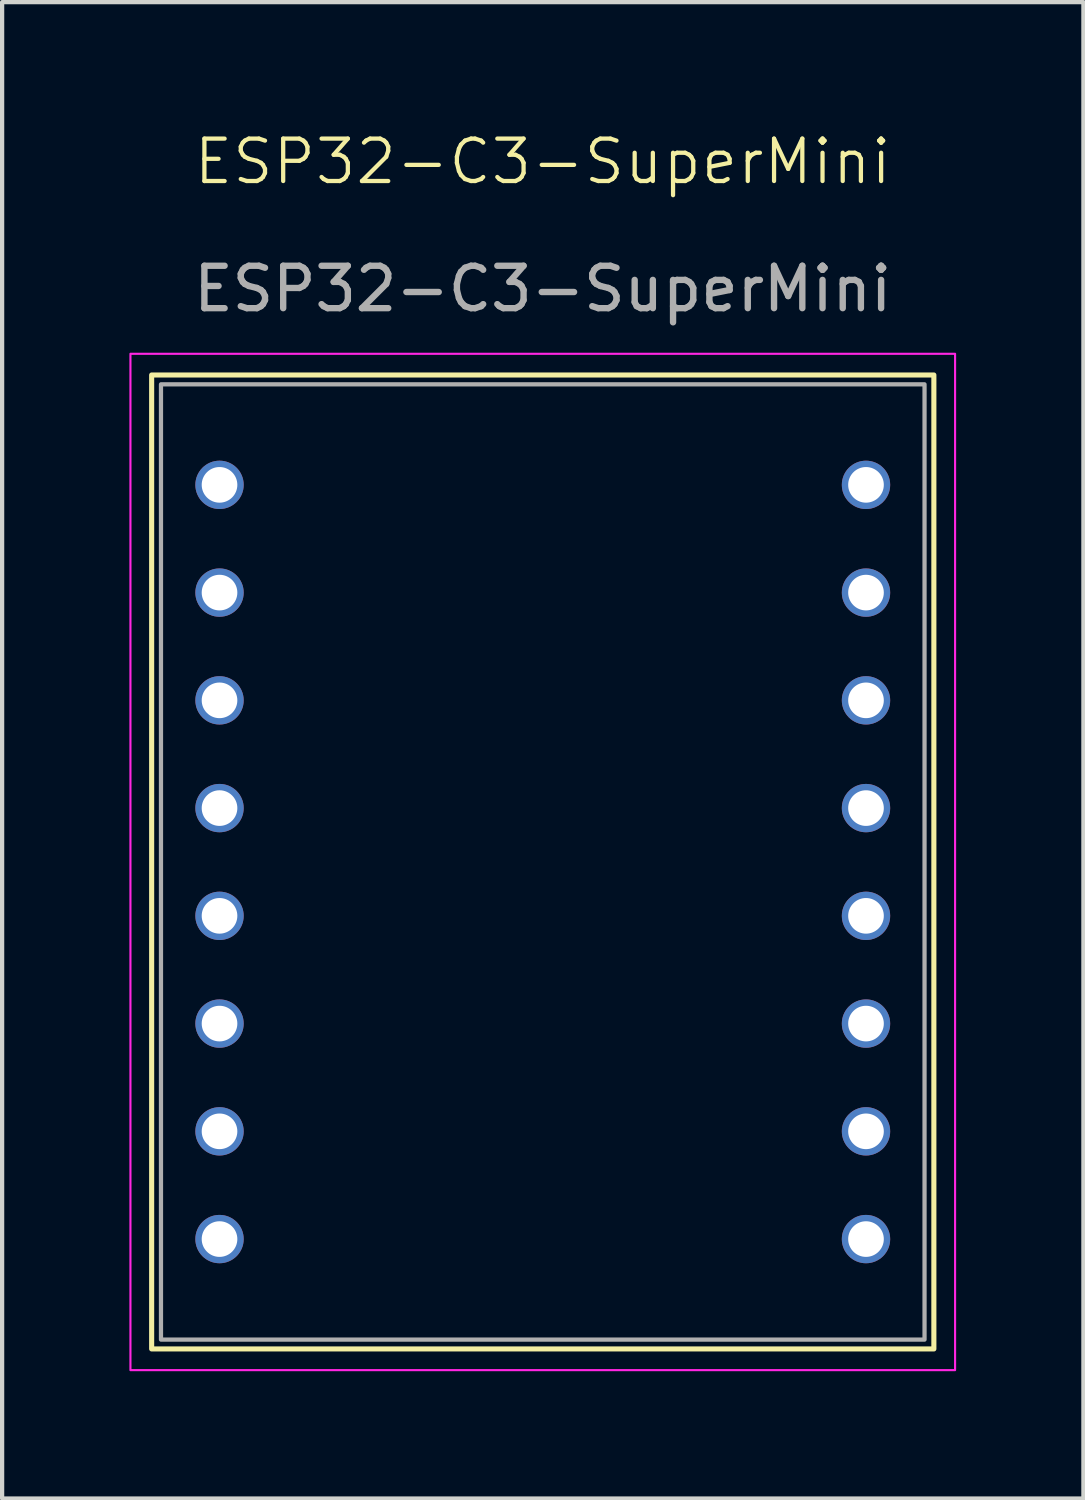
<source format=kicad_pcb>
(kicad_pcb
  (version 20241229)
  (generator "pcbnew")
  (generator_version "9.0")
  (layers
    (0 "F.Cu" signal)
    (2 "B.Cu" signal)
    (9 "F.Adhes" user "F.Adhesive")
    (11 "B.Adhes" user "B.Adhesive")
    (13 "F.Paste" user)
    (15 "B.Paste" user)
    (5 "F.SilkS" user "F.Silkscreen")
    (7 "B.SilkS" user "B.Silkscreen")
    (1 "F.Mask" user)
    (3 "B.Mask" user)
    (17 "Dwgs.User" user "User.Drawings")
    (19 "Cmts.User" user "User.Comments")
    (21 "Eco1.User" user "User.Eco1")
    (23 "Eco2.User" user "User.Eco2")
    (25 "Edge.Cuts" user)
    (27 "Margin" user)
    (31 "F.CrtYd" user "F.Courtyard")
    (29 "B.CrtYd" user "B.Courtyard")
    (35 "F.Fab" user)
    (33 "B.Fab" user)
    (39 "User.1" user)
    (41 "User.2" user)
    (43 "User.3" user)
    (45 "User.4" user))
  (footprint "ESP32-C3-SuperMini"
    (layer "F.Cu")
    (at 9.745 17.27)
    (property "Reference" "ESP32-C3-SuperMini" (at 0 -16.51 0) (unlocked yes) (layer "F.SilkS") (effects (font (size 1 1) (thickness 0.1))))
    (attr through_hole)
    (fp_rect (start -9.22 -11.48) (end 9.22 11.48) (stroke (width 0.12) (type solid)) (fill no) (layer "F.SilkS"))
    (fp_rect (start -9.72 -11.98) (end 9.72 11.98) (stroke (width 0.05) (type default)) (fill no) (layer "F.CrtYd"))
    (fp_rect (start -9 -11.26) (end 9 11.26) (stroke (width 0.1) (type solid)) (fill no) (layer "F.Fab"))
    (fp_text user "${REFERENCE}" (at 0 -13.51 0) (unlocked yes) (layer "F.Fab") (effects (font (size 1 1) (thickness 0.15))))
    (pad "1" thru_hole circle (at 7.62 8.89) (size 1.14 1.14) (drill 0.84) (layers "*.Cu" "*.Mask"))
    (pad "2" thru_hole circle (at 7.62 6.35) (size 1.14 1.14) (drill 0.84) (layers "*.Cu" "*.Mask"))
    (pad "3" thru_hole circle (at 7.62 3.81) (size 1.14 1.14) (drill 0.84) (layers "*.Cu" "*.Mask"))
    (pad "4" thru_hole circle (at 7.62 1.27) (size 1.14 1.14) (drill 0.84) (layers "*.Cu" "*.Mask"))
    (pad "5" thru_hole circle (at 7.62 -1.27) (size 1.14 1.14) (drill 0.84) (layers "*.Cu" "*.Mask"))
    (pad "6" thru_hole circle (at 7.62 -3.81) (size 1.14 1.14) (drill 0.84) (layers "*.Cu" "*.Mask"))
    (pad "7" thru_hole circle (at 7.62 -6.35) (size 1.14 1.14) (drill 0.84) (layers "*.Cu" "*.Mask"))
    (pad "8" thru_hole circle (at 7.62 -8.89) (size 1.14 1.14) (drill 0.84) (layers "*.Cu" "*.Mask"))
    (pad "9" thru_hole circle (at -7.62 -8.89) (size 1.14 1.14) (drill 0.84) (layers "*.Cu" "*.Mask"))
    (pad "10" thru_hole circle (at -7.62 -6.35) (size 1.14 1.14) (drill 0.84) (layers "*.Cu" "*.Mask"))
    (pad "11" thru_hole circle (at -7.62 -3.81) (size 1.14 1.14) (drill 0.84) (layers "*.Cu" "*.Mask"))
    (pad "12" thru_hole circle (at -7.62 -1.27) (size 1.14 1.14) (drill 0.84) (layers "*.Cu" "*.Mask"))
    (pad "13" thru_hole circle (at -7.62 1.27) (size 1.14 1.14) (drill 0.84) (layers "*.Cu" "*.Mask"))
    (pad "14" thru_hole circle (at -7.62 3.81) (size 1.14 1.14) (drill 0.84) (layers "*.Cu" "*.Mask"))
    (pad "15" thru_hole circle (at -7.62 6.35) (size 1.14 1.14) (drill 0.84) (layers "*.Cu" "*.Mask"))
    (pad "16" thru_hole circle (at -7.62 8.89) (size 1.14 1.14) (drill 0.84) (layers "*.Cu" "*.Mask")))
  (gr_rect
    (start -3 -3)
    (end 22.49 32.276)
    (stroke (width 0.1) (type default))
    (fill no)
    (layer "Edge.Cuts")))
</source>
